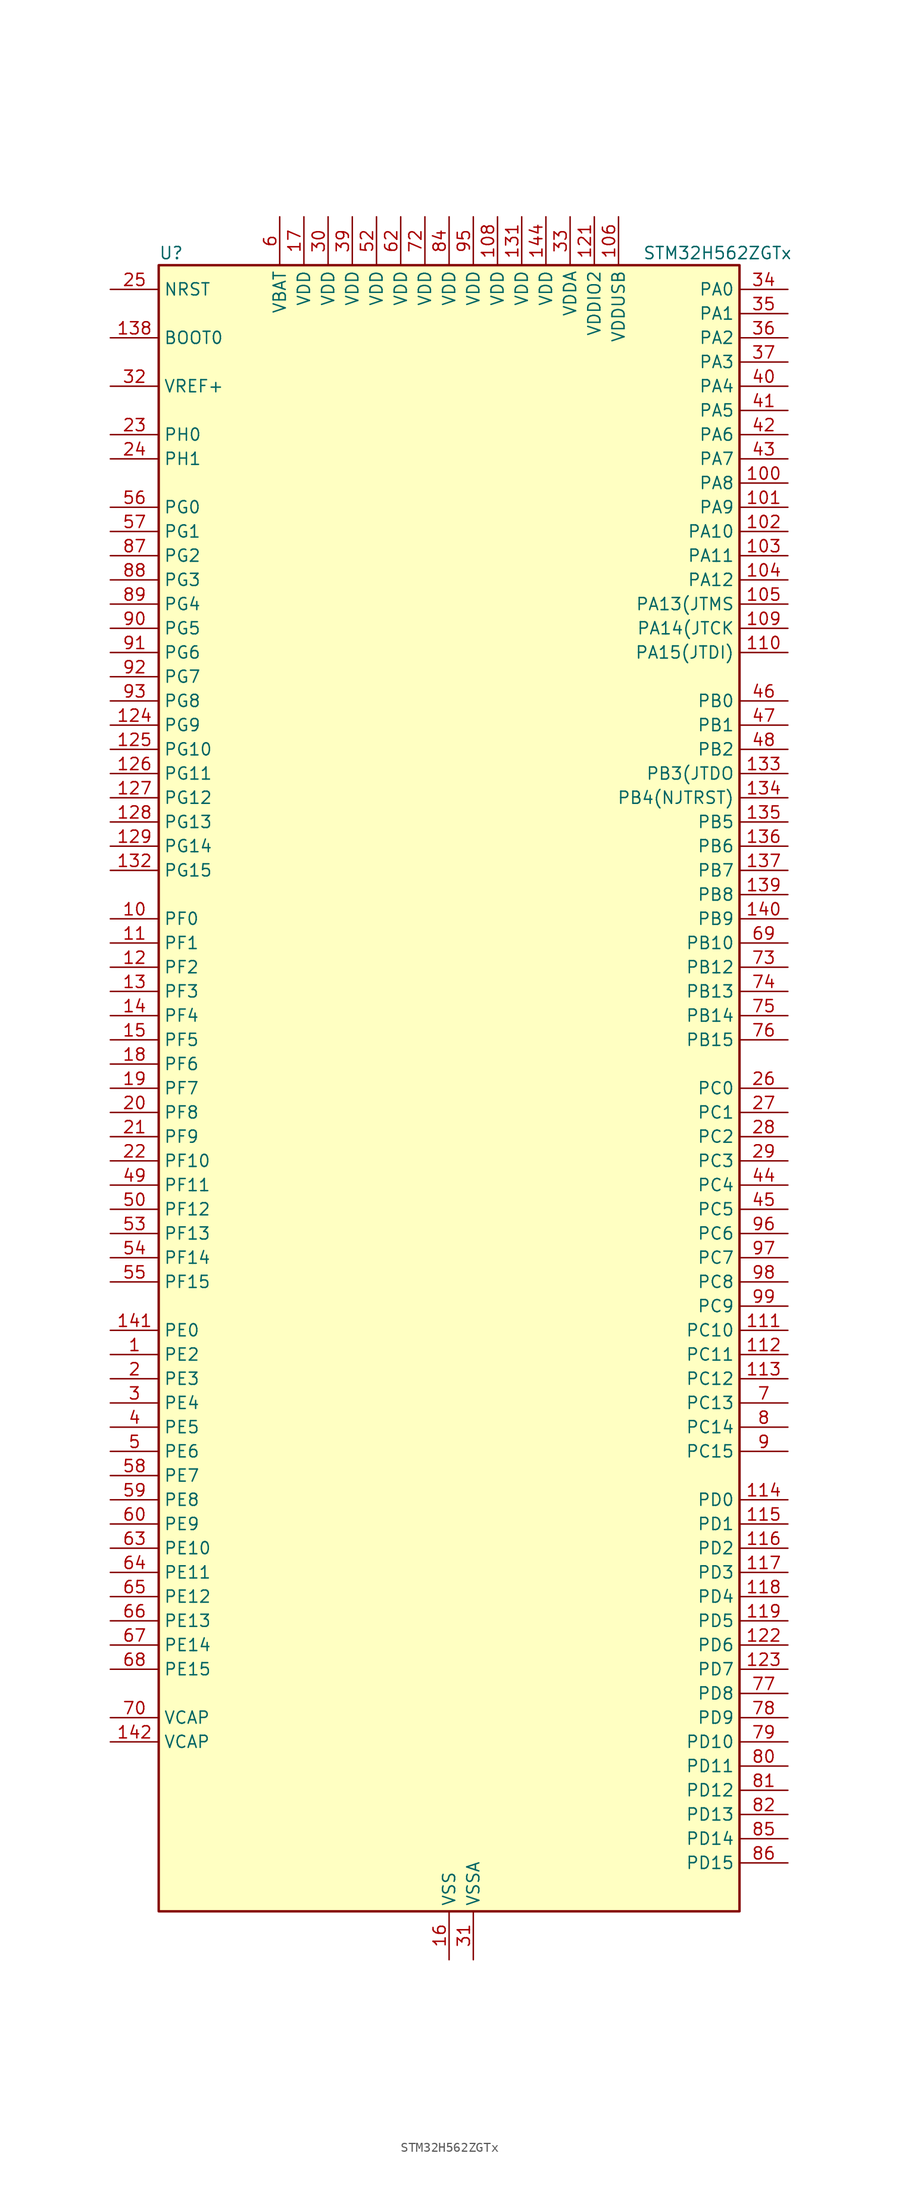
<source format=kicad_sym>
(kicad_symbol_lib
  (version 20231120)
  (generator "kicad_symbol_editor")
  (generator_version "8.0")
  (symbol "STM32H562ZGTx"
    (property "Reference" "U"
      (at -30.48 87.63 0)
      (effects (font (size 1.27 1.27)) (justify left)))
    (property "Value" "STM32H562ZGTx"
      (at 20.32 87.63 0)
      (effects (font (size 1.27 1.27)) (justify left)))
    (property "ki_locked" ""
      (at 0 0 0)
      (effects (font (size 1.27 1.27))))
    (symbol "STM32H562ZGTx_0_1"
      (rectangle (start -30.48 -86.36) (end 30.48 86.36) (stroke (width 0.254) (type default)) (fill (type background))))
    (symbol "STM32H562ZGTx_1_1"
      (pin bidirectional line (at -35.56 -27.94 0) (length 5.08) (name "PE2" (effects (font (size 1.27 1.27)))) (number "1" (effects (font (size 1.27 1.27)))) (alternate "DCMI_D3" bidirectional line) (alternate "DEBUG_TRACECLK" bidirectional line) (alternate "FMC_A23" bidirectional line) (alternate "LPTIM1_IN2" bidirectional line) (alternate "OCTOSPI1_IO2" bidirectional line) (alternate "PSSI_D3" bidirectional line) (alternate "SAI1_CK1" bidirectional line) (alternate "SAI1_MCLK_A" bidirectional line) (alternate "SPI4_SCK" bidirectional line) (alternate "UART8_TX" bidirectional line) (alternate "USART10_RX" bidirectional line))
      (pin bidirectional line (at -35.56 17.78 0) (length 5.08) (name "PF0" (effects (font (size 1.27 1.27)))) (number "10" (effects (font (size 1.27 1.27)))) (alternate "FMC_A0" bidirectional line) (alternate "I2C2_SDA" bidirectional line) (alternate "LPTIM5_CH1" bidirectional line))
      (pin bidirectional line (at 35.56 63.5 180) (length 5.08) (name "PA8" (effects (font (size 1.27 1.27)))) (number "100" (effects (font (size 1.27 1.27)))) (alternate "DCMI_D3" bidirectional line) (alternate "FMC_NOE" bidirectional line) (alternate "I2C3_SCL" bidirectional line) (alternate "PSSI_D3" bidirectional line) (alternate "RCC_MCO_1" bidirectional line) (alternate "SPI1_RDY" bidirectional line) (alternate "TIM1_CH1" bidirectional line) (alternate "TIM8_BKIN2" bidirectional line) (alternate "UART7_RX" bidirectional line) (alternate "USART1_CK" bidirectional line) (alternate "USB_SOF" bidirectional line))
      (pin bidirectional line (at 35.56 60.96 180) (length 5.08) (name "PA9" (effects (font (size 1.27 1.27)))) (number "101" (effects (font (size 1.27 1.27)))) (alternate "DAC1_EXTI9" bidirectional line) (alternate "DCMI_D0" bidirectional line) (alternate "FMC_NWE" bidirectional line) (alternate "I2C3_SMBA" bidirectional line) (alternate "I2S2_CK" bidirectional line) (alternate "LPUART1_TX" bidirectional line) (alternate "PSSI_D0" bidirectional line) (alternate "SPI2_SCK" bidirectional line) (alternate "TIM1_CH2" bidirectional line) (alternate "UCPD1_DB1" bidirectional line) (alternate "USART1_TX" bidirectional line))
      (pin bidirectional line (at 35.56 58.42 180) (length 5.08) (name "PA10" (effects (font (size 1.27 1.27)))) (number "102" (effects (font (size 1.27 1.27)))) (alternate "DCMI_D1" bidirectional line) (alternate "LPTIM2_IN2" bidirectional line) (alternate "LPUART1_RX" bidirectional line) (alternate "PSSI_D1" bidirectional line) (alternate "SDMMC1_D0" bidirectional line) (alternate "TIM1_CH3" bidirectional line) (alternate "UCPD1_FRSTX" bidirectional line) (alternate "USART1_RX" bidirectional line))
      (pin bidirectional line (at 35.56 55.88 180) (length 5.08) (name "PA11" (effects (font (size 1.27 1.27)))) (number "103" (effects (font (size 1.27 1.27)))) (alternate "ADC1_EXTI11" bidirectional line) (alternate "ADC2_EXTI11" bidirectional line) (alternate "FDCAN1_RX" bidirectional line) (alternate "I2S2_WS" bidirectional line) (alternate "LPUART1_CTS" bidirectional line) (alternate "SPI2_NSS" bidirectional line) (alternate "TIM1_CH4" bidirectional line) (alternate "UART4_RX" bidirectional line) (alternate "USART1_CTS" bidirectional line) (alternate "USART1_NSS" bidirectional line) (alternate "USB_DM" bidirectional line))
      (pin bidirectional line (at 35.56 53.34 180) (length 5.08) (name "PA12" (effects (font (size 1.27 1.27)))) (number "104" (effects (font (size 1.27 1.27)))) (alternate "FDCAN1_TX" bidirectional line) (alternate "I2S2_CK" bidirectional line) (alternate "LPUART1_RTS" bidirectional line) (alternate "SAI2_FS_B" bidirectional line) (alternate "SPI2_SCK" bidirectional line) (alternate "TIM1_ETR" bidirectional line) (alternate "UART4_TX" bidirectional line) (alternate "USART1_RTS" bidirectional line) (alternate "USB_DP" bidirectional line))
      (pin bidirectional line (at 35.56 50.8 180) (length 5.08) (name "PA13(JTMS" (effects (font (size 1.27 1.27)))) (number "105" (effects (font (size 1.27 1.27)))) (alternate "DEBUG_JTMS-SWDIO" bidirectional line))
      (pin power_in line (at 17.78 91.44 270) (length 5.08) (name "VDDUSB" (effects (font (size 1.27 1.27)))) (number "106" (effects (font (size 1.27 1.27)))))
      (pin passive line (at 0 -91.44 90) (length 5.08) hide (name "VSS" (effects (font (size 1.27 1.27)))) (number "107" (effects (font (size 1.27 1.27)))))
      (pin power_in line (at 5.08 91.44 270) (length 5.08) (name "VDD" (effects (font (size 1.27 1.27)))) (number "108" (effects (font (size 1.27 1.27)))))
      (pin bidirectional line (at 35.56 48.26 180) (length 5.08) (name "PA14(JTCK" (effects (font (size 1.27 1.27)))) (number "109" (effects (font (size 1.27 1.27)))) (alternate "DEBUG_JTCK-SWCLK" bidirectional line))
      (pin bidirectional line (at -35.56 15.24 0) (length 5.08) (name "PF1" (effects (font (size 1.27 1.27)))) (number "11" (effects (font (size 1.27 1.27)))) (alternate "FMC_A1" bidirectional line) (alternate "I2C2_SCL" bidirectional line) (alternate "LPTIM5_CH2" bidirectional line))
      (pin bidirectional line (at 35.56 45.72 180) (length 5.08) (name "PA15(JTDI)" (effects (font (size 1.27 1.27)))) (number "110" (effects (font (size 1.27 1.27)))) (alternate "ADC1_EXTI15" bidirectional line) (alternate "ADC2_EXTI15" bidirectional line) (alternate "CEC" bidirectional line) (alternate "DCMI_D11" bidirectional line) (alternate "DEBUG_JTDI" bidirectional line) (alternate "FMC_NBL1" bidirectional line) (alternate "I2S1_WS" bidirectional line) (alternate "I2S3_WS" bidirectional line) (alternate "LPTIM3_IN2" bidirectional line) (alternate "PSSI_D11" bidirectional line) (alternate "SPI1_NSS" bidirectional line) (alternate "SPI3_NSS" bidirectional line) (alternate "SPI6_NSS" bidirectional line) (alternate "TIM2_CH1" bidirectional line) (alternate "TIM2_ETR" bidirectional line) (alternate "UART4_DE" bidirectional line) (alternate "UART4_RTS" bidirectional line) (alternate "UART7_TX" bidirectional line))
      (pin bidirectional line (at 35.56 -25.4 180) (length 5.08) (name "PC10" (effects (font (size 1.27 1.27)))) (number "111" (effects (font (size 1.27 1.27)))) (alternate "DCMI_D8" bidirectional line) (alternate "I2S3_CK" bidirectional line) (alternate "LPTIM3_ETR" bidirectional line) (alternate "OCTOSPI1_IO1" bidirectional line) (alternate "PSSI_D8" bidirectional line) (alternate "SDMMC1_D2" bidirectional line) (alternate "SPI3_SCK" bidirectional line) (alternate "UART4_TX" bidirectional line) (alternate "USART3_TX" bidirectional line))
      (pin bidirectional line (at 35.56 -27.94 180) (length 5.08) (name "PC11" (effects (font (size 1.27 1.27)))) (number "112" (effects (font (size 1.27 1.27)))) (alternate "ADC1_EXTI11" bidirectional line) (alternate "ADC2_EXTI11" bidirectional line) (alternate "DCMI_D4" bidirectional line) (alternate "I2S3_SDI" bidirectional line) (alternate "LPTIM3_IN1" bidirectional line) (alternate "OCTOSPI1_NCS" bidirectional line) (alternate "PSSI_D4" bidirectional line) (alternate "SDMMC1_D3" bidirectional line) (alternate "SPI3_MISO" bidirectional line) (alternate "UART4_RX" bidirectional line) (alternate "USART3_RX" bidirectional line))
      (pin bidirectional line (at 35.56 -30.48 180) (length 5.08) (name "PC12" (effects (font (size 1.27 1.27)))) (number "113" (effects (font (size 1.27 1.27)))) (alternate "DCMI_D9" bidirectional line) (alternate "DEBUG_TRACED3" bidirectional line) (alternate "I2S3_SDO" bidirectional line) (alternate "PSSI_D9" bidirectional line) (alternate "SDMMC1_CK" bidirectional line) (alternate "SPI3_MOSI" bidirectional line) (alternate "SPI6_SCK" bidirectional line) (alternate "TIM15_CH1" bidirectional line) (alternate "UART5_TX" bidirectional line) (alternate "USART3_CK" bidirectional line))
      (pin bidirectional line (at 35.56 -43.18 180) (length 5.08) (name "PD0" (effects (font (size 1.27 1.27)))) (number "114" (effects (font (size 1.27 1.27)))) (alternate "FDCAN1_RX" bidirectional line) (alternate "FMC_D2" bidirectional line) (alternate "FMC_DA2" bidirectional line) (alternate "TIM8_CH4N" bidirectional line) (alternate "UART4_RX" bidirectional line) (alternate "UART9_CTS" bidirectional line))
      (pin bidirectional line (at 35.56 -45.72 180) (length 5.08) (name "PD1" (effects (font (size 1.27 1.27)))) (number "115" (effects (font (size 1.27 1.27)))) (alternate "FDCAN1_TX" bidirectional line) (alternate "FMC_D3" bidirectional line) (alternate "FMC_DA3" bidirectional line) (alternate "UART4_TX" bidirectional line))
      (pin bidirectional line (at 35.56 -48.26 180) (length 5.08) (name "PD2" (effects (font (size 1.27 1.27)))) (number "116" (effects (font (size 1.27 1.27)))) (alternate "DCMI_D11" bidirectional line) (alternate "DEBUG_TRACED2" bidirectional line) (alternate "LPTIM4_ETR" bidirectional line) (alternate "PSSI_D11" bidirectional line) (alternate "PWR_WKUP7" bidirectional line) (alternate "SDMMC1_CMD" bidirectional line) (alternate "TIM15_BKIN" bidirectional line) (alternate "TIM3_ETR" bidirectional line) (alternate "UART5_RX" bidirectional line))
      (pin bidirectional line (at 35.56 -50.8 180) (length 5.08) (name "PD3" (effects (font (size 1.27 1.27)))) (number "117" (effects (font (size 1.27 1.27)))) (alternate "DCMI_D5" bidirectional line) (alternate "FMC_CLK" bidirectional line) (alternate "I2S2_CK" bidirectional line) (alternate "PSSI_D5" bidirectional line) (alternate "PWR_WKUP8" bidirectional line) (alternate "SPI2_SCK" bidirectional line) (alternate "USART2_CTS" bidirectional line) (alternate "USART2_NSS" bidirectional line))
      (pin bidirectional line (at 35.56 -53.34 180) (length 5.08) (name "PD4" (effects (font (size 1.27 1.27)))) (number "118" (effects (font (size 1.27 1.27)))) (alternate "FMC_NOE" bidirectional line) (alternate "OCTOSPI1_IO4" bidirectional line) (alternate "USART2_RTS" bidirectional line))
      (pin bidirectional line (at 35.56 -55.88 180) (length 5.08) (name "PD5" (effects (font (size 1.27 1.27)))) (number "119" (effects (font (size 1.27 1.27)))) (alternate "FDCAN1_TX" bidirectional line) (alternate "FMC_NWE" bidirectional line) (alternate "OCTOSPI1_IO5" bidirectional line) (alternate "SPI2_RDY" bidirectional line) (alternate "TIM1_CH4N" bidirectional line) (alternate "USART2_TX" bidirectional line))
      (pin bidirectional line (at -35.56 12.7 0) (length 5.08) (name "PF2" (effects (font (size 1.27 1.27)))) (number "12" (effects (font (size 1.27 1.27)))) (alternate "FMC_A2" bidirectional line) (alternate "I2C2_SMBA" bidirectional line) (alternate "LPTIM3_CH2" bidirectional line) (alternate "LPTIM3_IN2" bidirectional line) (alternate "LPTIM5_IN1" bidirectional line) (alternate "UART12_TX" bidirectional line) (alternate "USART11_CK" bidirectional line))
      (pin passive line (at 0 -91.44 90) (length 5.08) hide (name "VSS" (effects (font (size 1.27 1.27)))) (number "120" (effects (font (size 1.27 1.27)))))
      (pin power_in line (at 15.24 91.44 270) (length 5.08) (name "VDDIO2" (effects (font (size 1.27 1.27)))) (number "121" (effects (font (size 1.27 1.27)))))
      (pin bidirectional line (at 35.56 -58.42 180) (length 5.08) (name "PD6" (effects (font (size 1.27 1.27)))) (number "122" (effects (font (size 1.27 1.27)))) (alternate "DCMI_D10" bidirectional line) (alternate "FMC_NWAIT" bidirectional line) (alternate "I2S3_SDO" bidirectional line) (alternate "OCTOSPI1_IO6" bidirectional line) (alternate "PSSI_D10" bidirectional line) (alternate "SAI1_D1" bidirectional line) (alternate "SAI1_SD_A" bidirectional line) (alternate "SPI3_MOSI" bidirectional line) (alternate "USART2_RX" bidirectional line))
      (pin bidirectional line (at 35.56 -60.96 180) (length 5.08) (name "PD7" (effects (font (size 1.27 1.27)))) (number "123" (effects (font (size 1.27 1.27)))) (alternate "FMC_NCE" bidirectional line) (alternate "FMC_NE1" bidirectional line) (alternate "I2S1_SDO" bidirectional line) (alternate "LPTIM4_OUT" bidirectional line) (alternate "OCTOSPI1_IO7" bidirectional line) (alternate "SPI1_MOSI" bidirectional line) (alternate "USART2_CK" bidirectional line))
      (pin bidirectional line (at -35.56 38.1 0) (length 5.08) (name "PG9" (effects (font (size 1.27 1.27)))) (number "124" (effects (font (size 1.27 1.27)))) (alternate "DAC1_EXTI9" bidirectional line) (alternate "DCMI_VSYNC" bidirectional line) (alternate "FMC_NCE" bidirectional line) (alternate "FMC_NE2" bidirectional line) (alternate "I2S1_SDI" bidirectional line) (alternate "OCTOSPI1_IO6" bidirectional line) (alternate "PSSI_RDY" bidirectional line) (alternate "SAI2_FS_B" bidirectional line) (alternate "SPI1_MISO" bidirectional line) (alternate "USART6_RX" bidirectional line))
      (pin bidirectional line (at -35.56 35.56 0) (length 5.08) (name "PG10" (effects (font (size 1.27 1.27)))) (number "125" (effects (font (size 1.27 1.27)))) (alternate "DCMI_D2" bidirectional line) (alternate "FMC_NE3" bidirectional line) (alternate "I2S1_WS" bidirectional line) (alternate "PSSI_D2" bidirectional line) (alternate "SAI2_SD_B" bidirectional line) (alternate "SPI1_NSS" bidirectional line))
      (pin bidirectional line (at -35.56 33.02 0) (length 5.08) (name "PG11" (effects (font (size 1.27 1.27)))) (number "126" (effects (font (size 1.27 1.27)))) (alternate "ADC1_EXTI11" bidirectional line) (alternate "ADC2_EXTI11" bidirectional line) (alternate "DCMI_D3" bidirectional line) (alternate "I2S1_CK" bidirectional line) (alternate "LPTIM1_IN2" bidirectional line) (alternate "PSSI_D3" bidirectional line) (alternate "SPI1_SCK" bidirectional line) (alternate "USART10_RX" bidirectional line) (alternate "USART11_RTS" bidirectional line))
      (pin bidirectional line (at -35.56 30.48 0) (length 5.08) (name "PG12" (effects (font (size 1.27 1.27)))) (number "127" (effects (font (size 1.27 1.27)))) (alternate "DCMI_D11" bidirectional line) (alternate "FMC_NE4" bidirectional line) (alternate "LPTIM1_IN1" bidirectional line) (alternate "LPTIM5_CH1" bidirectional line) (alternate "PSSI_D11" bidirectional line) (alternate "PSSI_D15" bidirectional line) (alternate "SPI6_MISO" bidirectional line) (alternate "USART10_TX" bidirectional line) (alternate "USART6_RTS" bidirectional line))
      (pin bidirectional line (at -35.56 27.94 0) (length 5.08) (name "PG13" (effects (font (size 1.27 1.27)))) (number "128" (effects (font (size 1.27 1.27)))) (alternate "DEBUG_TRACED0" bidirectional line) (alternate "FMC_A24" bidirectional line) (alternate "LPTIM1_CH1" bidirectional line) (alternate "LPTIM5_CH2" bidirectional line) (alternate "SPI6_SCK" bidirectional line) (alternate "USART10_CTS" bidirectional line) (alternate "USART10_NSS" bidirectional line) (alternate "USART6_CTS" bidirectional line) (alternate "USART6_NSS" bidirectional line))
      (pin bidirectional line (at -35.56 25.4 0) (length 5.08) (name "PG14" (effects (font (size 1.27 1.27)))) (number "129" (effects (font (size 1.27 1.27)))) (alternate "DEBUG_TRACED1" bidirectional line) (alternate "FMC_A25" bidirectional line) (alternate "LPTIM1_CH2" bidirectional line) (alternate "LPTIM1_ETR" bidirectional line) (alternate "LPTIM5_IN1" bidirectional line) (alternate "OCTOSPI1_IO7" bidirectional line) (alternate "SPI6_MOSI" bidirectional line) (alternate "USART10_RTS" bidirectional line) (alternate "USART6_TX" bidirectional line))
      (pin bidirectional line (at -35.56 10.16 0) (length 5.08) (name "PF3" (effects (font (size 1.27 1.27)))) (number "13" (effects (font (size 1.27 1.27)))) (alternate "FMC_A3" bidirectional line) (alternate "LPTIM3_IN1" bidirectional line) (alternate "LPTIM5_IN2" bidirectional line) (alternate "USART11_TX" bidirectional line))
      (pin passive line (at 0 -91.44 90) (length 5.08) hide (name "VSS" (effects (font (size 1.27 1.27)))) (number "130" (effects (font (size 1.27 1.27)))))
      (pin power_in line (at 7.62 91.44 270) (length 5.08) (name "VDD" (effects (font (size 1.27 1.27)))) (number "131" (effects (font (size 1.27 1.27)))))
      (pin bidirectional line (at -35.56 22.86 0) (length 5.08) (name "PG15" (effects (font (size 1.27 1.27)))) (number "132" (effects (font (size 1.27 1.27)))) (alternate "ADC1_EXTI15" bidirectional line) (alternate "ADC2_EXTI15" bidirectional line) (alternate "DCMI_D13" bidirectional line) (alternate "FMC_SDNCAS" bidirectional line) (alternate "PSSI_D13" bidirectional line) (alternate "SPI4_RDY" bidirectional line) (alternate "USART10_CK" bidirectional line) (alternate "USART6_CTS" bidirectional line) (alternate "USART6_NSS" bidirectional line))
      (pin bidirectional line (at 35.56 33.02 180) (length 5.08) (name "PB3(JTDO" (effects (font (size 1.27 1.27)))) (number "133" (effects (font (size 1.27 1.27)))) (alternate "CRS_SYNC" bidirectional line) (alternate "DEBUG_JTDO-SWO" bidirectional line) (alternate "I2C2_SDA" bidirectional line) (alternate "I2S1_CK" bidirectional line) (alternate "I2S3_CK" bidirectional line) (alternate "LPTIM6_ETR" bidirectional line) (alternate "SPI1_SCK" bidirectional line) (alternate "SPI3_SCK" bidirectional line) (alternate "SPI6_SCK" bidirectional line) (alternate "TIM2_CH2" bidirectional line) (alternate "UART12_CTS" bidirectional line) (alternate "UART7_RX" bidirectional line))
      (pin bidirectional line (at 35.56 30.48 180) (length 5.08) (name "PB4(NJTRST)" (effects (font (size 1.27 1.27)))) (number "134" (effects (font (size 1.27 1.27)))) (alternate "DCMI_D7" bidirectional line) (alternate "DEBUG_JTRST" bidirectional line) (alternate "I2S1_SDI" bidirectional line) (alternate "I2S2_WS" bidirectional line) (alternate "I2S3_SDI" bidirectional line) (alternate "LPTIM1_CH2" bidirectional line) (alternate "OCTOSPI1_CLK" bidirectional line) (alternate "PSSI_D7" bidirectional line) (alternate "SPI1_MISO" bidirectional line) (alternate "SPI2_NSS" bidirectional line) (alternate "SPI3_MISO" bidirectional line) (alternate "SPI6_MISO" bidirectional line) (alternate "TIM16_BKIN" bidirectional line) (alternate "TIM3_CH1" bidirectional line) (alternate "UART7_TX" bidirectional line))
      (pin bidirectional line (at 35.56 27.94 180) (length 5.08) (name "PB5" (effects (font (size 1.27 1.27)))) (number "135" (effects (font (size 1.27 1.27)))) (alternate "DCMI_D10" bidirectional line) (alternate "FMC_SDCKE1" bidirectional line) (alternate "I2C1_SMBA" bidirectional line) (alternate "I2C4_SMBA" bidirectional line) (alternate "I2S1_SDO" bidirectional line) (alternate "I2S3_SDO" bidirectional line) (alternate "OCTOSPI1_NCLK" bidirectional line) (alternate "PSSI_D10" bidirectional line) (alternate "SPI1_MOSI" bidirectional line) (alternate "SPI3_MOSI" bidirectional line) (alternate "SPI6_MOSI" bidirectional line) (alternate "TIM17_BKIN" bidirectional line) (alternate "TIM3_CH2" bidirectional line) (alternate "UART5_RX" bidirectional line))
      (pin bidirectional line (at 35.56 25.4 180) (length 5.08) (name "PB6" (effects (font (size 1.27 1.27)))) (number "136" (effects (font (size 1.27 1.27)))) (alternate "CEC" bidirectional line) (alternate "DCMI_D5" bidirectional line) (alternate "FMC_SDNE1" bidirectional line) (alternate "I2C1_SCL" bidirectional line) (alternate "I2C4_SCL" bidirectional line) (alternate "I3C1_SCL" bidirectional line) (alternate "LPUART1_TX" bidirectional line) (alternate "OCTOSPI1_NCS" bidirectional line) (alternate "PSSI_D5" bidirectional line) (alternate "TIM16_CH1N" bidirectional line) (alternate "TIM4_CH1" bidirectional line) (alternate "UART5_TX" bidirectional line) (alternate "USART1_TX" bidirectional line))
      (pin bidirectional line (at 35.56 22.86 180) (length 5.08) (name "PB7" (effects (font (size 1.27 1.27)))) (number "137" (effects (font (size 1.27 1.27)))) (alternate "DCMI_VSYNC" bidirectional line) (alternate "FDCAN1_TX" bidirectional line) (alternate "FMC_NL" bidirectional line) (alternate "I2C1_SDA" bidirectional line) (alternate "I2C4_SDA" bidirectional line) (alternate "I3C1_SDA" bidirectional line) (alternate "LPUART1_RX" bidirectional line) (alternate "PSSI_RDY" bidirectional line) (alternate "PWR_WKUP5" bidirectional line) (alternate "TIM17_CH1N" bidirectional line) (alternate "TIM4_CH2" bidirectional line) (alternate "USART1_RX" bidirectional line))
      (pin input line (at -35.56 78.74 0) (length 5.08) (name "BOOT0" (effects (font (size 1.27 1.27)))) (number "138" (effects (font (size 1.27 1.27)))))
      (pin bidirectional line (at 35.56 20.32 180) (length 5.08) (name "PB8" (effects (font (size 1.27 1.27)))) (number "139" (effects (font (size 1.27 1.27)))) (alternate "DCMI_D6" bidirectional line) (alternate "FDCAN1_RX" bidirectional line) (alternate "I2C1_SCL" bidirectional line) (alternate "I2C4_SCL" bidirectional line) (alternate "I3C1_SCL" bidirectional line) (alternate "PSSI_D6" bidirectional line) (alternate "SDMMC1_CKIN" bidirectional line) (alternate "SDMMC1_D4" bidirectional line) (alternate "SPI4_RDY" bidirectional line) (alternate "TIM16_CH1" bidirectional line) (alternate "TIM4_CH3" bidirectional line) (alternate "UART4_RX" bidirectional line))
      (pin bidirectional line (at -35.56 7.62 0) (length 5.08) (name "PF4" (effects (font (size 1.27 1.27)))) (number "14" (effects (font (size 1.27 1.27)))) (alternate "FMC_A4" bidirectional line) (alternate "LPTIM3_ETR" bidirectional line) (alternate "USART11_RX" bidirectional line))
      (pin bidirectional line (at 35.56 17.78 180) (length 5.08) (name "PB9" (effects (font (size 1.27 1.27)))) (number "140" (effects (font (size 1.27 1.27)))) (alternate "DAC1_EXTI9" bidirectional line) (alternate "DCMI_D7" bidirectional line) (alternate "FDCAN1_TX" bidirectional line) (alternate "I2C1_SDA" bidirectional line) (alternate "I2C4_SDA" bidirectional line) (alternate "I2S2_WS" bidirectional line) (alternate "I3C1_SDA" bidirectional line) (alternate "PSSI_D7" bidirectional line) (alternate "SDMMC1_CDIR" bidirectional line) (alternate "SDMMC1_D5" bidirectional line) (alternate "SPI2_NSS" bidirectional line) (alternate "TIM17_CH1" bidirectional line) (alternate "TIM4_CH4" bidirectional line) (alternate "UART4_TX" bidirectional line))
      (pin bidirectional line (at -35.56 -25.4 0) (length 5.08) (name "PE0" (effects (font (size 1.27 1.27)))) (number "141" (effects (font (size 1.27 1.27)))) (alternate "DCMI_D2" bidirectional line) (alternate "FDCAN1_RX" bidirectional line) (alternate "FMC_NBL0" bidirectional line) (alternate "LPTIM1_ETR" bidirectional line) (alternate "LPTIM2_CH2" bidirectional line) (alternate "LPTIM2_ETR" bidirectional line) (alternate "PSSI_D2" bidirectional line) (alternate "SAI2_MCLK_A" bidirectional line) (alternate "SPI3_RDY" bidirectional line) (alternate "TIM4_ETR" bidirectional line) (alternate "UART8_RX" bidirectional line))
      (pin power_out line (at -35.56 -68.58 0) (length 5.08) (name "VCAP" (effects (font (size 1.27 1.27)))) (number "142" (effects (font (size 1.27 1.27)))))
      (pin passive line (at 0 -91.44 90) (length 5.08) hide (name "VSS" (effects (font (size 1.27 1.27)))) (number "143" (effects (font (size 1.27 1.27)))))
      (pin power_in line (at 10.16 91.44 270) (length 5.08) (name "VDD" (effects (font (size 1.27 1.27)))) (number "144" (effects (font (size 1.27 1.27)))))
      (pin bidirectional line (at -35.56 5.08 0) (length 5.08) (name "PF5" (effects (font (size 1.27 1.27)))) (number "15" (effects (font (size 1.27 1.27)))) (alternate "FMC_A5" bidirectional line) (alternate "I2C4_SCL" bidirectional line) (alternate "I3C1_SCL" bidirectional line) (alternate "LPTIM3_CH1" bidirectional line) (alternate "LPTIM3_IN1" bidirectional line) (alternate "UART12_RX" bidirectional line) (alternate "USART11_CTS" bidirectional line) (alternate "USART11_NSS" bidirectional line))
      (pin power_in line (at 0 -91.44 90) (length 5.08) (name "VSS" (effects (font (size 1.27 1.27)))) (number "16" (effects (font (size 1.27 1.27)))))
      (pin power_in line (at -15.24 91.44 270) (length 5.08) (name "VDD" (effects (font (size 1.27 1.27)))) (number "17" (effects (font (size 1.27 1.27)))))
      (pin bidirectional line (at -35.56 2.54 0) (length 5.08) (name "PF6" (effects (font (size 1.27 1.27)))) (number "18" (effects (font (size 1.27 1.27)))) (alternate "LPTIM5_CH1" bidirectional line) (alternate "OCTOSPI1_IO3" bidirectional line) (alternate "SAI1_SD_B" bidirectional line) (alternate "SPI5_NSS" bidirectional line) (alternate "TIM16_CH1" bidirectional line) (alternate "UART7_RX" bidirectional line))
      (pin bidirectional line (at -35.56 0 0) (length 5.08) (name "PF7" (effects (font (size 1.27 1.27)))) (number "19" (effects (font (size 1.27 1.27)))) (alternate "LPTIM5_CH2" bidirectional line) (alternate "OCTOSPI1_IO2" bidirectional line) (alternate "SAI1_MCLK_B" bidirectional line) (alternate "SPI5_SCK" bidirectional line) (alternate "TIM17_CH1" bidirectional line) (alternate "UART7_TX" bidirectional line))
      (pin bidirectional line (at -35.56 -30.48 0) (length 5.08) (name "PE3" (effects (font (size 1.27 1.27)))) (number "2" (effects (font (size 1.27 1.27)))) (alternate "DEBUG_TRACED0" bidirectional line) (alternate "FMC_A19" bidirectional line) (alternate "SAI1_SD_B" bidirectional line) (alternate "TAMP_IN6" bidirectional line) (alternate "TAMP_OUT3" bidirectional line) (alternate "TIM15_BKIN" bidirectional line) (alternate "USART10_TX" bidirectional line))
      (pin bidirectional line (at -35.56 -2.54 0) (length 5.08) (name "PF8" (effects (font (size 1.27 1.27)))) (number "20" (effects (font (size 1.27 1.27)))) (alternate "LPTIM5_IN1" bidirectional line) (alternate "OCTOSPI1_IO0" bidirectional line) (alternate "SAI1_SCK_B" bidirectional line) (alternate "SPI5_MISO" bidirectional line) (alternate "TIM13_CH1" bidirectional line) (alternate "TIM16_CH1N" bidirectional line) (alternate "UART7_RTS" bidirectional line))
      (pin bidirectional line (at -35.56 -5.08 0) (length 5.08) (name "PF9" (effects (font (size 1.27 1.27)))) (number "21" (effects (font (size 1.27 1.27)))) (alternate "DAC1_EXTI9" bidirectional line) (alternate "LPTIM5_IN2" bidirectional line) (alternate "OCTOSPI1_IO1" bidirectional line) (alternate "SAI1_FS_B" bidirectional line) (alternate "SPI5_MOSI" bidirectional line) (alternate "TIM14_CH1" bidirectional line) (alternate "TIM17_CH1N" bidirectional line) (alternate "UART7_CTS" bidirectional line))
      (pin bidirectional line (at -35.56 -7.62 0) (length 5.08) (name "PF10" (effects (font (size 1.27 1.27)))) (number "22" (effects (font (size 1.27 1.27)))) (alternate "DCMI_D11" bidirectional line) (alternate "OCTOSPI1_CLK" bidirectional line) (alternate "PSSI_D11" bidirectional line) (alternate "PSSI_D15" bidirectional line) (alternate "SAI1_D3" bidirectional line) (alternate "TIM16_BKIN" bidirectional line))
      (pin bidirectional line (at -35.56 68.58 0) (length 5.08) (name "PH0" (effects (font (size 1.27 1.27)))) (number "23" (effects (font (size 1.27 1.27)))) (alternate "RCC_OSC_IN" bidirectional line))
      (pin bidirectional line (at -35.56 66.04 0) (length 5.08) (name "PH1" (effects (font (size 1.27 1.27)))) (number "24" (effects (font (size 1.27 1.27)))) (alternate "RCC_OSC_OUT" bidirectional line))
      (pin input line (at -35.56 83.82 0) (length 5.08) (name "NRST" (effects (font (size 1.27 1.27)))) (number "25" (effects (font (size 1.27 1.27)))))
      (pin bidirectional line (at 35.56 0 180) (length 5.08) (name "PC0" (effects (font (size 1.27 1.27)))) (number "26" (effects (font (size 1.27 1.27)))) (alternate "ADC1_INP10" bidirectional line) (alternate "ADC2_INP10" bidirectional line) (alternate "FMC_A25" bidirectional line) (alternate "FMC_SDNWE" bidirectional line) (alternate "OCTOSPI1_IO7" bidirectional line) (alternate "SAI1_MCLK_A" bidirectional line) (alternate "SAI2_FS_B" bidirectional line) (alternate "SPI2_RDY" bidirectional line) (alternate "TIM16_BKIN" bidirectional line))
      (pin bidirectional line (at 35.56 -2.54 180) (length 5.08) (name "PC1" (effects (font (size 1.27 1.27)))) (number "27" (effects (font (size 1.27 1.27)))) (alternate "ADC1_INN10" bidirectional line) (alternate "ADC1_INP11" bidirectional line) (alternate "ADC2_INN10" bidirectional line) (alternate "ADC2_INP11" bidirectional line) (alternate "DEBUG_TRACED0" bidirectional line) (alternate "I2S2_SDO" bidirectional line) (alternate "OCTOSPI1_IO4" bidirectional line) (alternate "PWR_WKUP6" bidirectional line) (alternate "SAI1_D1" bidirectional line) (alternate "SAI1_SD_A" bidirectional line) (alternate "SAI2_SD_A" bidirectional line) (alternate "SPI2_MOSI" bidirectional line) (alternate "TAMP_IN3" bidirectional line) (alternate "TAMP_OUT5" bidirectional line) (alternate "USART11_RTS" bidirectional line))
      (pin bidirectional line (at 35.56 -5.08 180) (length 5.08) (name "PC2" (effects (font (size 1.27 1.27)))) (number "28" (effects (font (size 1.27 1.27)))) (alternate "ADC1_INN11" bidirectional line) (alternate "ADC1_INP12" bidirectional line) (alternate "ADC2_INN11" bidirectional line) (alternate "ADC2_INP12" bidirectional line) (alternate "FMC_SDNE0" bidirectional line) (alternate "I2S2_SDI" bidirectional line) (alternate "OCTOSPI1_IO2" bidirectional line) (alternate "OCTOSPI1_IO5" bidirectional line) (alternate "PWR_CSLEEP" bidirectional line) (alternate "SPI2_MISO" bidirectional line) (alternate "TIM17_CH1" bidirectional line) (alternate "TIM4_CH4" bidirectional line))
      (pin bidirectional line (at 35.56 -7.62 180) (length 5.08) (name "PC3" (effects (font (size 1.27 1.27)))) (number "29" (effects (font (size 1.27 1.27)))) (alternate "ADC1_INN12" bidirectional line) (alternate "ADC1_INP13" bidirectional line) (alternate "ADC2_INN12" bidirectional line) (alternate "ADC2_INP13" bidirectional line) (alternate "FMC_SDCKE0" bidirectional line) (alternate "I2S2_SDO" bidirectional line) (alternate "LPTIM3_CH1" bidirectional line) (alternate "OCTOSPI1_IO0" bidirectional line) (alternate "OCTOSPI1_IO6" bidirectional line) (alternate "PWR_CSTOP" bidirectional line) (alternate "SAI1_D3" bidirectional line) (alternate "SPI2_MOSI" bidirectional line))
      (pin bidirectional line (at -35.56 -33.02 0) (length 5.08) (name "PE4" (effects (font (size 1.27 1.27)))) (number "3" (effects (font (size 1.27 1.27)))) (alternate "DCMI_D4" bidirectional line) (alternate "DEBUG_TRACED1" bidirectional line) (alternate "FMC_A20" bidirectional line) (alternate "PSSI_D4" bidirectional line) (alternate "SAI1_D2" bidirectional line) (alternate "SAI1_FS_A" bidirectional line) (alternate "SPI4_NSS" bidirectional line) (alternate "TAMP_IN7" bidirectional line) (alternate "TAMP_OUT8" bidirectional line) (alternate "TIM15_CH1N" bidirectional line))
      (pin power_in line (at -12.7 91.44 270) (length 5.08) (name "VDD" (effects (font (size 1.27 1.27)))) (number "30" (effects (font (size 1.27 1.27)))))
      (pin power_in line (at 2.54 -91.44 90) (length 5.08) (name "VSSA" (effects (font (size 1.27 1.27)))) (number "31" (effects (font (size 1.27 1.27)))))
      (pin input line (at -35.56 73.66 0) (length 5.08) (name "VREF+" (effects (font (size 1.27 1.27)))) (number "32" (effects (font (size 1.27 1.27)))))
      (pin power_in line (at 12.7 91.44 270) (length 5.08) (name "VDDA" (effects (font (size 1.27 1.27)))) (number "33" (effects (font (size 1.27 1.27)))))
      (pin bidirectional line (at 35.56 83.82 180) (length 5.08) (name "PA0" (effects (font (size 1.27 1.27)))) (number "34" (effects (font (size 1.27 1.27)))) (alternate "ADC1_INN1" bidirectional line) (alternate "ADC1_INP0" bidirectional line) (alternate "ADC2_INN1" bidirectional line) (alternate "ADC2_INP0" bidirectional line) (alternate "PWR_WKUP1" bidirectional line) (alternate "SAI2_SD_B" bidirectional line) (alternate "SPI3_RDY" bidirectional line) (alternate "SPI6_NSS" bidirectional line) (alternate "TAMP_IN2" bidirectional line) (alternate "TAMP_OUT1" bidirectional line) (alternate "TIM15_BKIN" bidirectional line) (alternate "TIM2_CH1" bidirectional line) (alternate "TIM2_ETR" bidirectional line) (alternate "TIM5_CH1" bidirectional line) (alternate "TIM8_ETR" bidirectional line) (alternate "UART4_TX" bidirectional line) (alternate "USART2_CTS" bidirectional line) (alternate "USART2_NSS" bidirectional line))
      (pin bidirectional line (at 35.56 81.28 180) (length 5.08) (name "PA1" (effects (font (size 1.27 1.27)))) (number "35" (effects (font (size 1.27 1.27)))) (alternate "ADC1_INP1" bidirectional line) (alternate "ADC2_INP1" bidirectional line) (alternate "LPTIM1_IN1" bidirectional line) (alternate "OCTOSPI1_DQS" bidirectional line) (alternate "OCTOSPI1_IO3" bidirectional line) (alternate "SAI2_MCLK_B" bidirectional line) (alternate "TAMP_IN5" bidirectional line) (alternate "TAMP_OUT4" bidirectional line) (alternate "TIM15_CH1N" bidirectional line) (alternate "TIM2_CH2" bidirectional line) (alternate "TIM5_CH2" bidirectional line) (alternate "UART4_RX" bidirectional line) (alternate "USART2_RTS" bidirectional line))
      (pin bidirectional line (at 35.56 78.74 180) (length 5.08) (name "PA2" (effects (font (size 1.27 1.27)))) (number "36" (effects (font (size 1.27 1.27)))) (alternate "ADC1_INP14" bidirectional line) (alternate "ADC2_INP14" bidirectional line) (alternate "LPTIM1_IN2" bidirectional line) (alternate "PWR_WKUP2" bidirectional line) (alternate "SAI2_SCK_B" bidirectional line) (alternate "TAMP_IN4" bidirectional line) (alternate "TAMP_OUT3" bidirectional line) (alternate "TIM15_CH1" bidirectional line) (alternate "TIM2_CH3" bidirectional line) (alternate "TIM5_CH3" bidirectional line) (alternate "USART2_TX" bidirectional line))
      (pin bidirectional line (at 35.56 76.2 180) (length 5.08) (name "PA3" (effects (font (size 1.27 1.27)))) (number "37" (effects (font (size 1.27 1.27)))) (alternate "ADC1_INP15" bidirectional line) (alternate "ADC2_INP15" bidirectional line) (alternate "I2S2_WS" bidirectional line) (alternate "OCTOSPI1_CLK" bidirectional line) (alternate "SAI1_SD_B" bidirectional line) (alternate "SPI2_NSS" bidirectional line) (alternate "TIM15_CH2" bidirectional line) (alternate "TIM2_CH4" bidirectional line) (alternate "TIM5_CH4" bidirectional line) (alternate "USART2_RX" bidirectional line))
      (pin passive line (at 0 -91.44 90) (length 5.08) hide (name "VSS" (effects (font (size 1.27 1.27)))) (number "38" (effects (font (size 1.27 1.27)))))
      (pin power_in line (at -10.16 91.44 270) (length 5.08) (name "VDD" (effects (font (size 1.27 1.27)))) (number "39" (effects (font (size 1.27 1.27)))))
      (pin bidirectional line (at -35.56 -35.56 0) (length 5.08) (name "PE5" (effects (font (size 1.27 1.27)))) (number "4" (effects (font (size 1.27 1.27)))) (alternate "DCMI_D6" bidirectional line) (alternate "DEBUG_TRACED2" bidirectional line) (alternate "FMC_A21" bidirectional line) (alternate "PSSI_D6" bidirectional line) (alternate "SAI1_CK2" bidirectional line) (alternate "SAI1_SCK_A" bidirectional line) (alternate "SPI4_MISO" bidirectional line) (alternate "TAMP_IN8" bidirectional line) (alternate "TAMP_OUT7" bidirectional line) (alternate "TIM15_CH1" bidirectional line))
      (pin bidirectional line (at 35.56 73.66 180) (length 5.08) (name "PA4" (effects (font (size 1.27 1.27)))) (number "40" (effects (font (size 1.27 1.27)))) (alternate "ADC1_INP18" bidirectional line) (alternate "ADC2_INP18" bidirectional line) (alternate "DAC1_OUT1" bidirectional line) (alternate "DCMI_HSYNC" bidirectional line) (alternate "I2S1_WS" bidirectional line) (alternate "I2S3_WS" bidirectional line) (alternate "LPTIM2_CH1" bidirectional line) (alternate "PSSI_DE" bidirectional line) (alternate "SPI1_NSS" bidirectional line) (alternate "SPI3_NSS" bidirectional line) (alternate "SPI6_NSS" bidirectional line) (alternate "TIM5_ETR" bidirectional line) (alternate "USART2_CK" bidirectional line))
      (pin bidirectional line (at 35.56 71.12 180) (length 5.08) (name "PA5" (effects (font (size 1.27 1.27)))) (number "41" (effects (font (size 1.27 1.27)))) (alternate "ADC1_INN18" bidirectional line) (alternate "ADC1_INP19" bidirectional line) (alternate "ADC2_INN18" bidirectional line) (alternate "ADC2_INP19" bidirectional line) (alternate "DAC1_OUT2" bidirectional line) (alternate "I2S1_CK" bidirectional line) (alternate "PSSI_D14" bidirectional line) (alternate "SPI1_SCK" bidirectional line) (alternate "SPI6_SCK" bidirectional line) (alternate "TIM2_CH1" bidirectional line) (alternate "TIM2_ETR" bidirectional line) (alternate "TIM8_CH1N" bidirectional line))
      (pin bidirectional line (at 35.56 68.58 180) (length 5.08) (name "PA6" (effects (font (size 1.27 1.27)))) (number "42" (effects (font (size 1.27 1.27)))) (alternate "ADC1_INP3" bidirectional line) (alternate "ADC2_INP3" bidirectional line) (alternate "DCMI_PIXCLK" bidirectional line) (alternate "I2S1_SDI" bidirectional line) (alternate "OCTOSPI1_IO3" bidirectional line) (alternate "PSSI_PDCK" bidirectional line) (alternate "SPI1_MISO" bidirectional line) (alternate "SPI6_MISO" bidirectional line) (alternate "TIM13_CH1" bidirectional line) (alternate "TIM1_BKIN" bidirectional line) (alternate "TIM3_CH1" bidirectional line) (alternate "TIM8_BKIN" bidirectional line) (alternate "USART11_TX" bidirectional line))
      (pin bidirectional line (at 35.56 66.04 180) (length 5.08) (name "PA7" (effects (font (size 1.27 1.27)))) (number "43" (effects (font (size 1.27 1.27)))) (alternate "ADC1_INN3" bidirectional line) (alternate "ADC1_INP7" bidirectional line) (alternate "ADC2_INN3" bidirectional line) (alternate "ADC2_INP7" bidirectional line) (alternate "FMC_NWE" bidirectional line) (alternate "FMC_SDNWE" bidirectional line) (alternate "I2S1_SDO" bidirectional line) (alternate "OCTOSPI1_IO2" bidirectional line) (alternate "SPI1_MOSI" bidirectional line) (alternate "SPI6_MOSI" bidirectional line) (alternate "TIM14_CH1" bidirectional line) (alternate "TIM1_CH1N" bidirectional line) (alternate "TIM3_CH2" bidirectional line) (alternate "TIM8_CH1N" bidirectional line) (alternate "USART11_RX" bidirectional line))
      (pin bidirectional line (at 35.56 -10.16 180) (length 5.08) (name "PC4" (effects (font (size 1.27 1.27)))) (number "44" (effects (font (size 1.27 1.27)))) (alternate "ADC1_INP4" bidirectional line) (alternate "ADC2_INP4" bidirectional line) (alternate "FMC_SDNE0" bidirectional line) (alternate "I2S1_MCK" bidirectional line) (alternate "LPTIM2_ETR" bidirectional line) (alternate "SAI1_CK1" bidirectional line) (alternate "TIM2_CH4" bidirectional line) (alternate "USART3_RX" bidirectional line))
      (pin bidirectional line (at 35.56 -12.7 180) (length 5.08) (name "PC5" (effects (font (size 1.27 1.27)))) (number "45" (effects (font (size 1.27 1.27)))) (alternate "ADC1_INN4" bidirectional line) (alternate "ADC1_INP8" bidirectional line) (alternate "ADC2_INN4" bidirectional line) (alternate "ADC2_INP8" bidirectional line) (alternate "FMC_SDCKE0" bidirectional line) (alternate "OCTOSPI1_DQS" bidirectional line) (alternate "PSSI_D15" bidirectional line) (alternate "SAI1_D3" bidirectional line) (alternate "SAI1_FS_A" bidirectional line) (alternate "TIM1_CH4N" bidirectional line) (alternate "UART12_RTS" bidirectional line))
      (pin bidirectional line (at 35.56 40.64 180) (length 5.08) (name "PB0" (effects (font (size 1.27 1.27)))) (number "46" (effects (font (size 1.27 1.27)))) (alternate "ADC1_INN5" bidirectional line) (alternate "ADC1_INP9" bidirectional line) (alternate "ADC2_INN5" bidirectional line) (alternate "ADC2_INP9" bidirectional line) (alternate "LPTIM3_CH1" bidirectional line) (alternate "OCTOSPI1_IO1" bidirectional line) (alternate "TIM1_CH2N" bidirectional line) (alternate "TIM3_CH3" bidirectional line) (alternate "TIM8_CH2N" bidirectional line) (alternate "UART4_CTS" bidirectional line) (alternate "USART11_CK" bidirectional line))
      (pin bidirectional line (at 35.56 38.1 180) (length 5.08) (name "PB1" (effects (font (size 1.27 1.27)))) (number "47" (effects (font (size 1.27 1.27)))) (alternate "ADC1_INP5" bidirectional line) (alternate "ADC2_INP5" bidirectional line) (alternate "LPTIM3_CH2" bidirectional line) (alternate "OCTOSPI1_IO0" bidirectional line) (alternate "TIM1_CH3N" bidirectional line) (alternate "TIM3_CH4" bidirectional line) (alternate "TIM8_CH3N" bidirectional line))
      (pin bidirectional line (at 35.56 35.56 180) (length 5.08) (name "PB2" (effects (font (size 1.27 1.27)))) (number "48" (effects (font (size 1.27 1.27)))) (alternate "I2S3_SDO" bidirectional line) (alternate "LPTIM1_CH1" bidirectional line) (alternate "LPTIM5_ETR" bidirectional line) (alternate "OCTOSPI1_CLK" bidirectional line) (alternate "OCTOSPI1_DQS" bidirectional line) (alternate "RCC_LSCO" bidirectional line) (alternate "RTC_OUT2" bidirectional line) (alternate "SAI1_D1" bidirectional line) (alternate "SAI1_SD_A" bidirectional line) (alternate "SDMMC1_CMD" bidirectional line) (alternate "SPI1_RDY" bidirectional line) (alternate "SPI3_MOSI" bidirectional line) (alternate "TIM8_CH4N" bidirectional line))
      (pin bidirectional line (at -35.56 -10.16 0) (length 5.08) (name "PF11" (effects (font (size 1.27 1.27)))) (number "49" (effects (font (size 1.27 1.27)))) (alternate "ADC1_EXTI11" bidirectional line) (alternate "ADC1_INP2" bidirectional line) (alternate "ADC2_EXTI11" bidirectional line) (alternate "DCMI_D12" bidirectional line) (alternate "FMC_SDNRAS" bidirectional line) (alternate "LPTIM6_CH1" bidirectional line) (alternate "OCTOSPI1_NCLK" bidirectional line) (alternate "PSSI_D12" bidirectional line) (alternate "SAI2_SD_B" bidirectional line) (alternate "SPI5_MOSI" bidirectional line))
      (pin bidirectional line (at -35.56 -38.1 0) (length 5.08) (name "PE6" (effects (font (size 1.27 1.27)))) (number "5" (effects (font (size 1.27 1.27)))) (alternate "DCMI_D7" bidirectional line) (alternate "DEBUG_TRACED3" bidirectional line) (alternate "FMC_A22" bidirectional line) (alternate "PSSI_D7" bidirectional line) (alternate "SAI1_D1" bidirectional line) (alternate "SAI1_SD_A" bidirectional line) (alternate "SAI2_MCLK_B" bidirectional line) (alternate "SPI4_MOSI" bidirectional line) (alternate "TAMP_IN3" bidirectional line) (alternate "TAMP_OUT6" bidirectional line) (alternate "TIM15_CH2" bidirectional line) (alternate "TIM1_BKIN2" bidirectional line))
      (pin bidirectional line (at -35.56 -12.7 0) (length 5.08) (name "PF12" (effects (font (size 1.27 1.27)))) (number "50" (effects (font (size 1.27 1.27)))) (alternate "ADC1_INN2" bidirectional line) (alternate "ADC1_INP6" bidirectional line) (alternate "FMC_A6" bidirectional line) (alternate "LPTIM6_CH2" bidirectional line))
      (pin passive line (at 0 -91.44 90) (length 5.08) hide (name "VSS" (effects (font (size 1.27 1.27)))) (number "51" (effects (font (size 1.27 1.27)))))
      (pin power_in line (at -7.62 91.44 270) (length 5.08) (name "VDD" (effects (font (size 1.27 1.27)))) (number "52" (effects (font (size 1.27 1.27)))))
      (pin bidirectional line (at -35.56 -15.24 0) (length 5.08) (name "PF13" (effects (font (size 1.27 1.27)))) (number "53" (effects (font (size 1.27 1.27)))) (alternate "ADC2_INP2" bidirectional line) (alternate "FMC_A7" bidirectional line) (alternate "I2C4_SMBA" bidirectional line) (alternate "LPTIM6_IN1" bidirectional line))
      (pin bidirectional line (at -35.56 -17.78 0) (length 5.08) (name "PF14" (effects (font (size 1.27 1.27)))) (number "54" (effects (font (size 1.27 1.27)))) (alternate "ADC2_INN2" bidirectional line) (alternate "ADC2_INP6" bidirectional line) (alternate "FMC_A8" bidirectional line) (alternate "LPTIM6_IN2" bidirectional line))
      (pin bidirectional line (at -35.56 -20.32 0) (length 5.08) (name "PF15" (effects (font (size 1.27 1.27)))) (number "55" (effects (font (size 1.27 1.27)))) (alternate "ADC1_EXTI15" bidirectional line) (alternate "ADC2_EXTI15" bidirectional line) (alternate "FMC_A9" bidirectional line) (alternate "I2C4_SDA" bidirectional line) (alternate "I3C1_SDA" bidirectional line))
      (pin bidirectional line (at -35.56 60.96 0) (length 5.08) (name "PG0" (effects (font (size 1.27 1.27)))) (number "56" (effects (font (size 1.27 1.27)))) (alternate "FMC_A10" bidirectional line) (alternate "LPTIM4_IN1" bidirectional line) (alternate "UART9_RX" bidirectional line))
      (pin bidirectional line (at -35.56 58.42 0) (length 5.08) (name "PG1" (effects (font (size 1.27 1.27)))) (number "57" (effects (font (size 1.27 1.27)))) (alternate "FMC_A11" bidirectional line) (alternate "I2S2_SDO" bidirectional line) (alternate "SPI2_MOSI" bidirectional line) (alternate "UART9_TX" bidirectional line))
      (pin bidirectional line (at -35.56 -40.64 0) (length 5.08) (name "PE7" (effects (font (size 1.27 1.27)))) (number "58" (effects (font (size 1.27 1.27)))) (alternate "FMC_D4" bidirectional line) (alternate "FMC_DA4" bidirectional line) (alternate "OCTOSPI1_IO4" bidirectional line) (alternate "TIM1_ETR" bidirectional line) (alternate "UART12_RTS" bidirectional line) (alternate "UART7_RX" bidirectional line))
      (pin bidirectional line (at -35.56 -43.18 0) (length 5.08) (name "PE8" (effects (font (size 1.27 1.27)))) (number "59" (effects (font (size 1.27 1.27)))) (alternate "FMC_D5" bidirectional line) (alternate "FMC_DA5" bidirectional line) (alternate "OCTOSPI1_IO5" bidirectional line) (alternate "TIM1_CH1N" bidirectional line) (alternate "UART12_CTS" bidirectional line) (alternate "UART7_TX" bidirectional line))
      (pin power_in line (at -17.78 91.44 270) (length 5.08) (name "VBAT" (effects (font (size 1.27 1.27)))) (number "6" (effects (font (size 1.27 1.27)))))
      (pin bidirectional line (at -35.56 -45.72 0) (length 5.08) (name "PE9" (effects (font (size 1.27 1.27)))) (number "60" (effects (font (size 1.27 1.27)))) (alternate "DAC1_EXTI9" bidirectional line) (alternate "FMC_D6" bidirectional line) (alternate "FMC_DA6" bidirectional line) (alternate "OCTOSPI1_IO6" bidirectional line) (alternate "TIM1_CH1" bidirectional line) (alternate "UART12_RX" bidirectional line) (alternate "UART7_RTS" bidirectional line))
      (pin passive line (at 0 -91.44 90) (length 5.08) hide (name "VSS" (effects (font (size 1.27 1.27)))) (number "61" (effects (font (size 1.27 1.27)))))
      (pin power_in line (at -5.08 91.44 270) (length 5.08) (name "VDD" (effects (font (size 1.27 1.27)))) (number "62" (effects (font (size 1.27 1.27)))))
      (pin bidirectional line (at -35.56 -48.26 0) (length 5.08) (name "PE10" (effects (font (size 1.27 1.27)))) (number "63" (effects (font (size 1.27 1.27)))) (alternate "FMC_D7" bidirectional line) (alternate "FMC_DA7" bidirectional line) (alternate "OCTOSPI1_IO7" bidirectional line) (alternate "TIM1_CH2N" bidirectional line) (alternate "UART12_TX" bidirectional line) (alternate "UART7_CTS" bidirectional line))
      (pin bidirectional line (at -35.56 -50.8 0) (length 5.08) (name "PE11" (effects (font (size 1.27 1.27)))) (number "64" (effects (font (size 1.27 1.27)))) (alternate "ADC1_EXTI11" bidirectional line) (alternate "ADC2_EXTI11" bidirectional line) (alternate "FMC_D8" bidirectional line) (alternate "FMC_DA8" bidirectional line) (alternate "OCTOSPI1_NCS" bidirectional line) (alternate "SAI2_SD_B" bidirectional line) (alternate "SPI1_RDY" bidirectional line) (alternate "SPI4_NSS" bidirectional line) (alternate "TIM1_CH2" bidirectional line))
      (pin bidirectional line (at -35.56 -53.34 0) (length 5.08) (name "PE12" (effects (font (size 1.27 1.27)))) (number "65" (effects (font (size 1.27 1.27)))) (alternate "FMC_D9" bidirectional line) (alternate "FMC_DA9" bidirectional line) (alternate "SAI2_SCK_B" bidirectional line) (alternate "SPI4_SCK" bidirectional line) (alternate "TIM1_CH3N" bidirectional line))
      (pin bidirectional line (at -35.56 -55.88 0) (length 5.08) (name "PE13" (effects (font (size 1.27 1.27)))) (number "66" (effects (font (size 1.27 1.27)))) (alternate "FMC_D10" bidirectional line) (alternate "FMC_DA10" bidirectional line) (alternate "SAI2_FS_B" bidirectional line) (alternate "SPI4_MISO" bidirectional line) (alternate "TIM1_CH3" bidirectional line))
      (pin bidirectional line (at -35.56 -58.42 0) (length 5.08) (name "PE14" (effects (font (size 1.27 1.27)))) (number "67" (effects (font (size 1.27 1.27)))) (alternate "FMC_D11" bidirectional line) (alternate "FMC_DA11" bidirectional line) (alternate "SAI2_MCLK_B" bidirectional line) (alternate "SPI4_MOSI" bidirectional line) (alternate "TIM1_CH4" bidirectional line))
      (pin bidirectional line (at -35.56 -60.96 0) (length 5.08) (name "PE15" (effects (font (size 1.27 1.27)))) (number "68" (effects (font (size 1.27 1.27)))) (alternate "ADC1_EXTI15" bidirectional line) (alternate "ADC2_EXTI15" bidirectional line) (alternate "FMC_D12" bidirectional line) (alternate "FMC_DA12" bidirectional line) (alternate "TIM1_BKIN" bidirectional line) (alternate "TIM1_CH4N" bidirectional line) (alternate "USART10_CK" bidirectional line))
      (pin bidirectional line (at 35.56 15.24 180) (length 5.08) (name "PB10" (effects (font (size 1.27 1.27)))) (number "69" (effects (font (size 1.27 1.27)))) (alternate "I2C2_SCL" bidirectional line) (alternate "I2S2_CK" bidirectional line) (alternate "LPTIM2_IN1" bidirectional line) (alternate "LPTIM3_CH1" bidirectional line) (alternate "OCTOSPI1_NCS" bidirectional line) (alternate "SPI2_SCK" bidirectional line) (alternate "TIM2_CH3" bidirectional line) (alternate "USART3_TX" bidirectional line))
      (pin bidirectional line (at 35.56 -33.02 180) (length 5.08) (name "PC13" (effects (font (size 1.27 1.27)))) (number "7" (effects (font (size 1.27 1.27)))) (alternate "PWR_WKUP4" bidirectional line) (alternate "RTC_OUT1" bidirectional line) (alternate "RTC_TS" bidirectional line) (alternate "TAMP_IN1" bidirectional line) (alternate "TAMP_OUT2" bidirectional line) (alternate "TAMP_OUT3" bidirectional line))
      (pin power_out line (at -35.56 -66.04 0) (length 5.08) (name "VCAP" (effects (font (size 1.27 1.27)))) (number "70" (effects (font (size 1.27 1.27)))))
      (pin passive line (at 0 -91.44 90) (length 5.08) hide (name "VSS" (effects (font (size 1.27 1.27)))) (number "71" (effects (font (size 1.27 1.27)))))
      (pin power_in line (at -2.54 91.44 270) (length 5.08) (name "VDD" (effects (font (size 1.27 1.27)))) (number "72" (effects (font (size 1.27 1.27)))))
      (pin bidirectional line (at 35.56 12.7 180) (length 5.08) (name "PB12" (effects (font (size 1.27 1.27)))) (number "73" (effects (font (size 1.27 1.27)))) (alternate "I2C2_SDA" bidirectional line) (alternate "I2S2_WS" bidirectional line) (alternate "OCTOSPI1_NCLK" bidirectional line) (alternate "SPI2_NSS" bidirectional line) (alternate "TIM1_BKIN" bidirectional line) (alternate "UART5_RX" bidirectional line) (alternate "UCPD1_FRSTX" bidirectional line) (alternate "USART3_CK" bidirectional line))
      (pin bidirectional line (at 35.56 10.16 180) (length 5.08) (name "PB13" (effects (font (size 1.27 1.27)))) (number "74" (effects (font (size 1.27 1.27)))) (alternate "I2C2_SMBA" bidirectional line) (alternate "I2S2_CK" bidirectional line) (alternate "LPTIM2_CH1" bidirectional line) (alternate "LPTIM3_IN1" bidirectional line) (alternate "SDMMC1_D0" bidirectional line) (alternate "SPI2_SCK" bidirectional line) (alternate "TIM1_CH1N" bidirectional line) (alternate "UART5_TX" bidirectional line) (alternate "UCPD1_CC1" bidirectional line) (alternate "USART3_CTS" bidirectional line) (alternate "USART3_NSS" bidirectional line))
      (pin bidirectional line (at 35.56 7.62 180) (length 5.08) (name "PB14" (effects (font (size 1.27 1.27)))) (number "75" (effects (font (size 1.27 1.27)))) (alternate "I2S2_SDI" bidirectional line) (alternate "LPTIM3_ETR" bidirectional line) (alternate "SPI2_MISO" bidirectional line) (alternate "TIM12_CH1" bidirectional line) (alternate "TIM1_CH2N" bidirectional line) (alternate "TIM8_CH2N" bidirectional line) (alternate "UART4_DE" bidirectional line) (alternate "UART4_RTS" bidirectional line) (alternate "UCPD1_CC2" bidirectional line) (alternate "USART1_TX" bidirectional line) (alternate "USART3_RTS" bidirectional line))
      (pin bidirectional line (at 35.56 5.08 180) (length 5.08) (name "PB15" (effects (font (size 1.27 1.27)))) (number "76" (effects (font (size 1.27 1.27)))) (alternate "ADC1_EXTI15" bidirectional line) (alternate "ADC2_EXTI15" bidirectional line) (alternate "DCMI_D2" bidirectional line) (alternate "I2S2_SDO" bidirectional line) (alternate "OCTOSPI1_CLK" bidirectional line) (alternate "PSSI_D2" bidirectional line) (alternate "PWR_PVD_IN" bidirectional line) (alternate "RTC_REFIN" bidirectional line) (alternate "SPI2_MOSI" bidirectional line) (alternate "TIM12_CH2" bidirectional line) (alternate "TIM1_CH3N" bidirectional line) (alternate "TIM8_CH3N" bidirectional line) (alternate "UART4_CTS" bidirectional line) (alternate "UART5_RX" bidirectional line) (alternate "USART11_CTS" bidirectional line) (alternate "USART11_NSS" bidirectional line) (alternate "USART1_RX" bidirectional line))
      (pin bidirectional line (at 35.56 -63.5 180) (length 5.08) (name "PD8" (effects (font (size 1.27 1.27)))) (number "77" (effects (font (size 1.27 1.27)))) (alternate "FMC_D13" bidirectional line) (alternate "FMC_DA13" bidirectional line) (alternate "USART3_TX" bidirectional line))
      (pin bidirectional line (at 35.56 -66.04 180) (length 5.08) (name "PD9" (effects (font (size 1.27 1.27)))) (number "78" (effects (font (size 1.27 1.27)))) (alternate "DAC1_EXTI9" bidirectional line) (alternate "FMC_D14" bidirectional line) (alternate "FMC_DA14" bidirectional line) (alternate "USART3_RX" bidirectional line))
      (pin bidirectional line (at 35.56 -68.58 180) (length 5.08) (name "PD10" (effects (font (size 1.27 1.27)))) (number "79" (effects (font (size 1.27 1.27)))) (alternate "FMC_D15" bidirectional line) (alternate "FMC_DA15" bidirectional line) (alternate "LPTIM2_CH2" bidirectional line) (alternate "USART3_CK" bidirectional line))
      (pin bidirectional line (at 35.56 -35.56 180) (length 5.08) (name "PC14" (effects (font (size 1.27 1.27)))) (number "8" (effects (font (size 1.27 1.27)))) (alternate "RCC_OSC32_IN" bidirectional line))
      (pin bidirectional line (at 35.56 -71.12 180) (length 5.08) (name "PD11" (effects (font (size 1.27 1.27)))) (number "80" (effects (font (size 1.27 1.27)))) (alternate "ADC1_EXTI11" bidirectional line) (alternate "ADC2_EXTI11" bidirectional line) (alternate "FMC_A16" bidirectional line) (alternate "FMC_CLE" bidirectional line) (alternate "I2C4_SMBA" bidirectional line) (alternate "LPTIM2_IN2" bidirectional line) (alternate "OCTOSPI1_IO0" bidirectional line) (alternate "SAI1_CK1" bidirectional line) (alternate "SAI2_SD_A" bidirectional line) (alternate "UART4_RX" bidirectional line) (alternate "USART3_CTS" bidirectional line) (alternate "USART3_NSS" bidirectional line))
      (pin bidirectional line (at 35.56 -73.66 180) (length 5.08) (name "PD12" (effects (font (size 1.27 1.27)))) (number "81" (effects (font (size 1.27 1.27)))) (alternate "DCMI_D12" bidirectional line) (alternate "FMC_A17" bidirectional line) (alternate "FMC_ALE" bidirectional line) (alternate "I2C4_SCL" bidirectional line) (alternate "I3C1_SCL" bidirectional line) (alternate "LPTIM1_IN1" bidirectional line) (alternate "LPTIM2_IN1" bidirectional line) (alternate "OCTOSPI1_IO1" bidirectional line) (alternate "PSSI_D12" bidirectional line) (alternate "SAI1_D1" bidirectional line) (alternate "SAI2_FS_A" bidirectional line) (alternate "TIM4_CH1" bidirectional line) (alternate "UART4_TX" bidirectional line) (alternate "USART3_RTS" bidirectional line))
      (pin bidirectional line (at 35.56 -76.2 180) (length 5.08) (name "PD13" (effects (font (size 1.27 1.27)))) (number "82" (effects (font (size 1.27 1.27)))) (alternate "DCMI_D13" bidirectional line) (alternate "FMC_A18" bidirectional line) (alternate "I2C4_SDA" bidirectional line) (alternate "I3C1_SDA" bidirectional line) (alternate "LPTIM1_CH1" bidirectional line) (alternate "LPTIM2_CH1" bidirectional line) (alternate "LPTIM4_IN1" bidirectional line) (alternate "OCTOSPI1_IO3" bidirectional line) (alternate "PSSI_D13" bidirectional line) (alternate "SAI2_SCK_A" bidirectional line) (alternate "TIM4_CH2" bidirectional line) (alternate "UART9_RTS" bidirectional line))
      (pin passive line (at 0 -91.44 90) (length 5.08) hide (name "VSS" (effects (font (size 1.27 1.27)))) (number "83" (effects (font (size 1.27 1.27)))))
      (pin power_in line (at 0 91.44 270) (length 5.08) (name "VDD" (effects (font (size 1.27 1.27)))) (number "84" (effects (font (size 1.27 1.27)))))
      (pin bidirectional line (at 35.56 -78.74 180) (length 5.08) (name "PD14" (effects (font (size 1.27 1.27)))) (number "85" (effects (font (size 1.27 1.27)))) (alternate "FMC_D0" bidirectional line) (alternate "FMC_DA0" bidirectional line) (alternate "TIM4_CH3" bidirectional line) (alternate "UART8_CTS" bidirectional line) (alternate "UART9_RX" bidirectional line))
      (pin bidirectional line (at 35.56 -81.28 180) (length 5.08) (name "PD15" (effects (font (size 1.27 1.27)))) (number "86" (effects (font (size 1.27 1.27)))) (alternate "ADC1_EXTI15" bidirectional line) (alternate "ADC2_EXTI15" bidirectional line) (alternate "FMC_D1" bidirectional line) (alternate "FMC_DA1" bidirectional line) (alternate "TIM4_CH4" bidirectional line) (alternate "UART8_RTS" bidirectional line) (alternate "UART9_TX" bidirectional line))
      (pin bidirectional line (at -35.56 55.88 0) (length 5.08) (name "PG2" (effects (font (size 1.27 1.27)))) (number "87" (effects (font (size 1.27 1.27)))) (alternate "FMC_A12" bidirectional line) (alternate "LPTIM6_ETR" bidirectional line) (alternate "TIM8_BKIN" bidirectional line) (alternate "UART12_RX" bidirectional line))
      (pin bidirectional line (at -35.56 53.34 0) (length 5.08) (name "PG3" (effects (font (size 1.27 1.27)))) (number "88" (effects (font (size 1.27 1.27)))) (alternate "FMC_A13" bidirectional line) (alternate "LPTIM5_ETR" bidirectional line) (alternate "TIM8_BKIN2" bidirectional line) (alternate "UART12_TX" bidirectional line))
      (pin bidirectional line (at -35.56 50.8 0) (length 5.08) (name "PG4" (effects (font (size 1.27 1.27)))) (number "89" (effects (font (size 1.27 1.27)))) (alternate "FMC_A14" bidirectional line) (alternate "FMC_BA0" bidirectional line) (alternate "LPTIM4_ETR" bidirectional line) (alternate "TIM1_BKIN2" bidirectional line))
      (pin bidirectional line (at 35.56 -38.1 180) (length 5.08) (name "PC15" (effects (font (size 1.27 1.27)))) (number "9" (effects (font (size 1.27 1.27)))) (alternate "ADC1_EXTI15" bidirectional line) (alternate "ADC2_EXTI15" bidirectional line) (alternate "RCC_OSC32_OUT" bidirectional line))
      (pin bidirectional line (at -35.56 48.26 0) (length 5.08) (name "PG5" (effects (font (size 1.27 1.27)))) (number "90" (effects (font (size 1.27 1.27)))) (alternate "FMC_A15" bidirectional line) (alternate "FMC_BA1" bidirectional line) (alternate "TIM1_ETR" bidirectional line))
      (pin bidirectional line (at -35.56 45.72 0) (length 5.08) (name "PG6" (effects (font (size 1.27 1.27)))) (number "91" (effects (font (size 1.27 1.27)))) (alternate "DCMI_D12" bidirectional line) (alternate "FMC_NE3" bidirectional line) (alternate "I2C4_SDA" bidirectional line) (alternate "I3C1_SDA" bidirectional line) (alternate "OCTOSPI1_NCS" bidirectional line) (alternate "PSSI_D12" bidirectional line) (alternate "SPI1_RDY" bidirectional line) (alternate "TIM17_BKIN" bidirectional line) (alternate "UCPD1_FRSTX" bidirectional line))
      (pin bidirectional line (at -35.56 43.18 0) (length 5.08) (name "PG7" (effects (font (size 1.27 1.27)))) (number "92" (effects (font (size 1.27 1.27)))) (alternate "DCMI_D13" bidirectional line) (alternate "FMC_INT" bidirectional line) (alternate "I2C4_SCL" bidirectional line) (alternate "I3C1_SCL" bidirectional line) (alternate "PSSI_D13" bidirectional line) (alternate "SAI1_CK2" bidirectional line) (alternate "SAI1_MCLK_A" bidirectional line) (alternate "UCPD1_FRSTX" bidirectional line) (alternate "USART6_CK" bidirectional line))
      (pin bidirectional line (at -35.56 40.64 0) (length 5.08) (name "PG8" (effects (font (size 1.27 1.27)))) (number "93" (effects (font (size 1.27 1.27)))) (alternate "FMC_SDCLK" bidirectional line) (alternate "SPI6_NSS" bidirectional line) (alternate "TIM8_ETR" bidirectional line) (alternate "USART6_RTS" bidirectional line))
      (pin passive line (at 0 -91.44 90) (length 5.08) hide (name "VSS" (effects (font (size 1.27 1.27)))) (number "94" (effects (font (size 1.27 1.27)))))
      (pin power_in line (at 2.54 91.44 270) (length 5.08) (name "VDD" (effects (font (size 1.27 1.27)))) (number "95" (effects (font (size 1.27 1.27)))))
      (pin bidirectional line (at 35.56 -15.24 180) (length 5.08) (name "PC6" (effects (font (size 1.27 1.27)))) (number "96" (effects (font (size 1.27 1.27)))) (alternate "DCMI_D0" bidirectional line) (alternate "FMC_NWAIT" bidirectional line) (alternate "I2S2_MCK" bidirectional line) (alternate "OCTOSPI1_IO5" bidirectional line) (alternate "PSSI_D0" bidirectional line) (alternate "SAI1_SCK_A" bidirectional line) (alternate "SDMMC1_D0DIR" bidirectional line) (alternate "SDMMC1_D6" bidirectional line) (alternate "TIM3_CH1" bidirectional line) (alternate "TIM8_CH1" bidirectional line) (alternate "USART6_TX" bidirectional line))
      (pin bidirectional line (at 35.56 -17.78 180) (length 5.08) (name "PC7" (effects (font (size 1.27 1.27)))) (number "97" (effects (font (size 1.27 1.27)))) (alternate "DCMI_D1" bidirectional line) (alternate "DEBUG_TRGIO" bidirectional line) (alternate "FMC_NE1" bidirectional line) (alternate "I2S3_MCK" bidirectional line) (alternate "OCTOSPI1_IO6" bidirectional line) (alternate "PSSI_D1" bidirectional line) (alternate "SDMMC1_D123DIR" bidirectional line) (alternate "SDMMC1_D7" bidirectional line) (alternate "TIM3_CH2" bidirectional line) (alternate "TIM8_CH2" bidirectional line) (alternate "USART6_RX" bidirectional line))
      (pin bidirectional line (at 35.56 -20.32 180) (length 5.08) (name "PC8" (effects (font (size 1.27 1.27)))) (number "98" (effects (font (size 1.27 1.27)))) (alternate "DCMI_D2" bidirectional line) (alternate "DEBUG_TRACED1" bidirectional line) (alternate "FMC_ALE" bidirectional line) (alternate "FMC_INT" bidirectional line) (alternate "FMC_NCE" bidirectional line) (alternate "FMC_NE2" bidirectional line) (alternate "PSSI_D2" bidirectional line) (alternate "SDMMC1_D0" bidirectional line) (alternate "TIM3_CH3" bidirectional line) (alternate "TIM8_CH3" bidirectional line) (alternate "UART5_DE" bidirectional line) (alternate "UART5_RTS" bidirectional line) (alternate "USART6_CK" bidirectional line))
      (pin bidirectional line (at 35.56 -22.86 180) (length 5.08) (name "PC9" (effects (font (size 1.27 1.27)))) (number "99" (effects (font (size 1.27 1.27)))) (alternate "AUDIOCLK" bidirectional line) (alternate "DAC1_EXTI9" bidirectional line) (alternate "DCMI_D3" bidirectional line) (alternate "FMC_CLE" bidirectional line) (alternate "I2C3_SDA" bidirectional line) (alternate "OCTOSPI1_IO0" bidirectional line) (alternate "PSSI_D3" bidirectional line) (alternate "RCC_MCO_2" bidirectional line) (alternate "SDMMC1_D1" bidirectional line) (alternate "TIM3_CH4" bidirectional line) (alternate "TIM8_CH4" bidirectional line) (alternate "UART5_CTS" bidirectional line) (alternate "UCPD1_DB2" bidirectional line)))))
</source>
